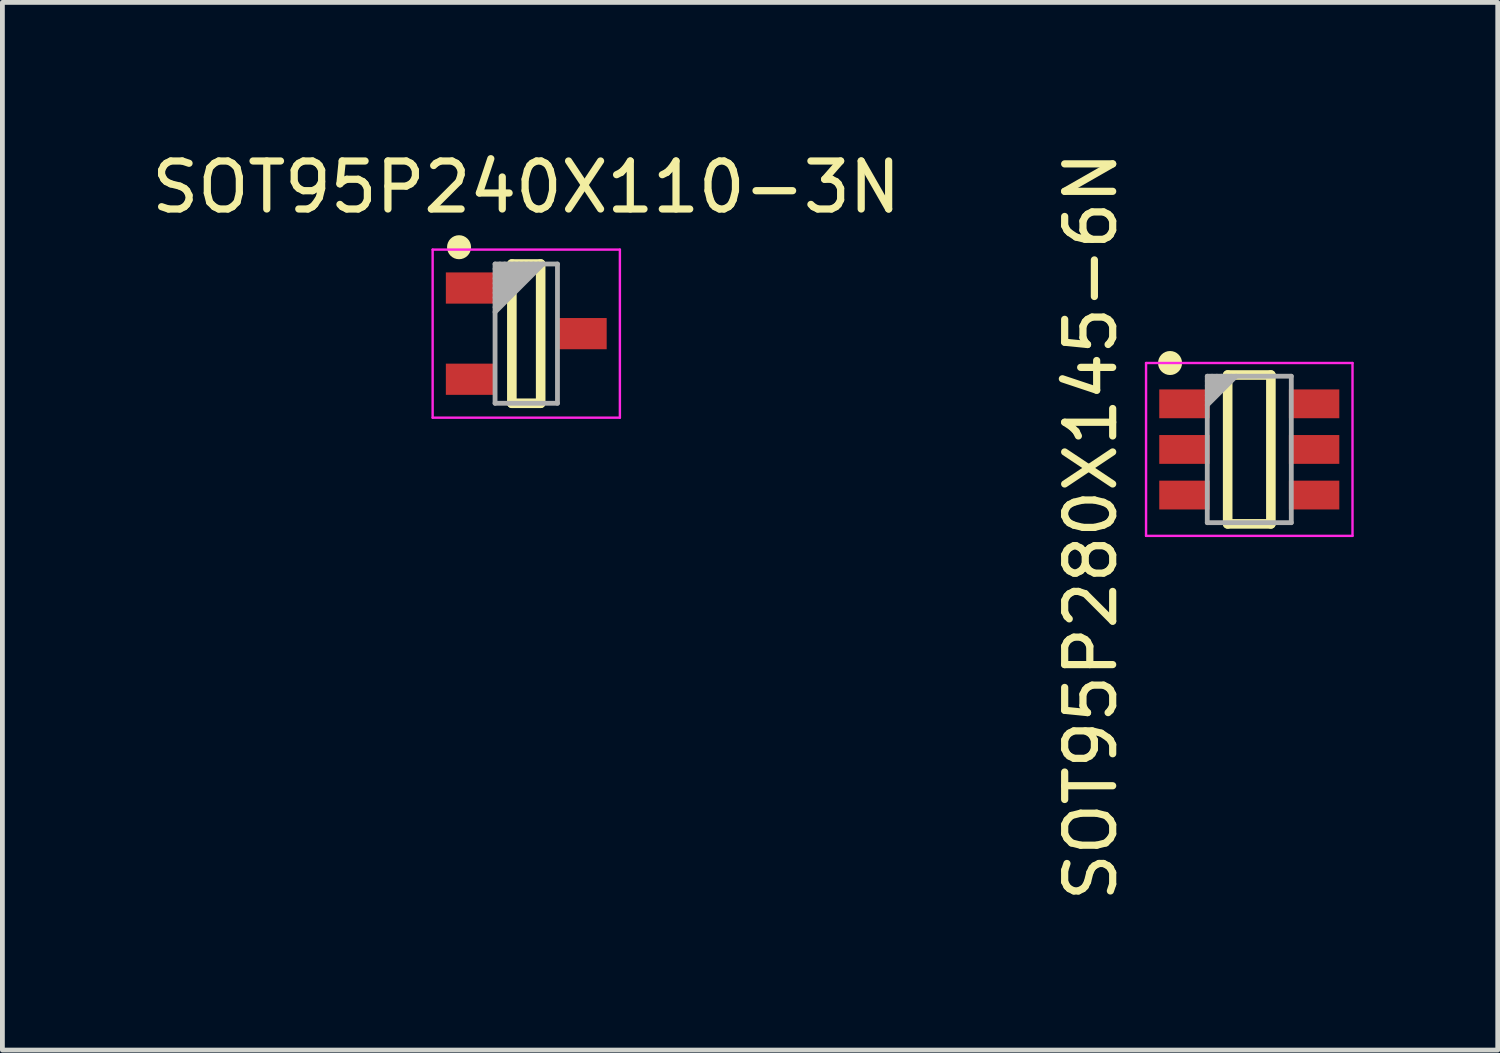
<source format=kicad_pcb>
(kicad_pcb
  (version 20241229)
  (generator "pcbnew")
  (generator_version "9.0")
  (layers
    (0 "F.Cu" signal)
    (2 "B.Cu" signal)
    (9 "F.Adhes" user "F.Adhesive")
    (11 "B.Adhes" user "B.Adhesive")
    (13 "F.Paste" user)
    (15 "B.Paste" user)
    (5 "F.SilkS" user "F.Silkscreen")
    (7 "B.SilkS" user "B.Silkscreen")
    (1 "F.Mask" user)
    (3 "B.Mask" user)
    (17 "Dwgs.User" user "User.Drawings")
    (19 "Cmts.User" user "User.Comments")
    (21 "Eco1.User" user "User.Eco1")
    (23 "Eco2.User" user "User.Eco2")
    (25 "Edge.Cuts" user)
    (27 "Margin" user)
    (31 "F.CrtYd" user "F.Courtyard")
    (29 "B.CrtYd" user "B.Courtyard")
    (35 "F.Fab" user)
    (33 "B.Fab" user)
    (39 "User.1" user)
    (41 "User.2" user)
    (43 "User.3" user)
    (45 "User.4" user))
  (footprint "SOT95P280X145-6N"
    (layer "F.Cu")
    (at 22.97 6.311)
    (property "Reference" "SOT95P280X145-6N" (at -3.3 1.6 270) (layer "F.SilkS") (effects (font (size 1 1) (thickness 0.15))))
    (attr smd)
    (fp_line (start -0.45 -1.55) (end 0.45 -1.55) (stroke (width 0.2) (type solid)) (layer "F.SilkS"))
    (fp_line (start -0.45 1.55) (end -0.45 -1.55) (stroke (width 0.2) (type solid)) (layer "F.SilkS"))
    (fp_line (start -0.45 1.55) (end 0.45 1.55) (stroke (width 0.2) (type solid)) (layer "F.SilkS"))
    (fp_line (start 0.45 1.55) (end 0.45 -1.55) (stroke (width 0.2) (type solid)) (layer "F.SilkS"))
    (fp_circle (center -1.65 -1.8) (end -1.525 -1.8) (stroke (width 0.25) (type solid)) (fill no) (layer "F.SilkS"))
    (fp_line (start -2.15 -1.8) (end 2.15 -1.8) (stroke (width 0.05) (type solid)) (layer "F.CrtYd"))
    (fp_line (start -2.15 1.8) (end -2.15 -1.8) (stroke (width 0.05) (type solid)) (layer "F.CrtYd"))
    (fp_line (start -2.15 1.8) (end 2.15 1.8) (stroke (width 0.05) (type solid)) (layer "F.CrtYd"))
    (fp_line (start 2.15 1.8) (end 2.15 -1.8) (stroke (width 0.05) (type solid)) (layer "F.CrtYd"))
    (fp_line (start -0.875 -1.525) (end 0.875 -1.525) (stroke (width 0.1) (type solid)) (layer "F.Fab"))
    (fp_line (start -0.875 -1.425) (end -0.775 -1.525) (stroke (width 0.1) (type solid)) (layer "F.Fab"))
    (fp_line (start -0.875 -1.325) (end -0.675 -1.525) (stroke (width 0.1) (type solid)) (layer "F.Fab"))
    (fp_line (start -0.875 -1.225) (end -0.575 -1.525) (stroke (width 0.1) (type solid)) (layer "F.Fab"))
    (fp_line (start -0.875 -1.125) (end -0.475 -1.525) (stroke (width 0.1) (type solid)) (layer "F.Fab"))
    (fp_line (start -0.875 -1.025) (end -0.375 -1.525) (stroke (width 0.1) (type solid)) (layer "F.Fab"))
    (fp_line (start -0.875 -0.925) (end -0.275 -1.525) (stroke (width 0.1) (type solid)) (layer "F.Fab"))
    (fp_line (start -0.875 1.525) (end -0.875 -1.525) (stroke (width 0.1) (type solid)) (layer "F.Fab"))
    (fp_line (start -0.875 1.525) (end 0.875 1.525) (stroke (width 0.1) (type solid)) (layer "F.Fab"))
    (fp_line (start 0.875 1.525) (end 0.875 -1.525) (stroke (width 0.1) (type solid)) (layer "F.Fab"))
    (pad "1" smd rect (at -1.35 -0.95 90) (size 0.6 1.05) (layers "F.Cu" "F.Mask" "F.Paste"))
    (pad "2" smd rect (at -1.35 0 90) (size 0.6 1.05) (layers "F.Cu" "F.Mask" "F.Paste"))
    (pad "3" smd rect (at -1.35 0.95 90) (size 0.6 1.05) (layers "F.Cu" "F.Mask" "F.Paste"))
    (pad "4" smd rect (at 1.35 0.95 90) (size 0.6 1.05) (layers "F.Cu" "F.Mask" "F.Paste"))
    (pad "5" smd rect (at 1.35 0 90) (size 0.6 1.05) (layers "F.Cu" "F.Mask" "F.Paste"))
    (pad "6" smd rect (at 1.35 -0.95 90) (size 0.6 1.05) (layers "F.Cu" "F.Mask" "F.Paste")))
  (footprint "SOT95P240X110-3N"
    (layer "F.Cu")
    (at 7.911 3.899)
    (property "Reference" "SOT95P240X110-3N" (at 0 -3.051 0) (layer "F.SilkS") (effects (font (size 1 1) (thickness 0.15))))
    (attr smd)
    (fp_line (start -0.3 -1.45) (end -0.3 1.45) (stroke (width 0.2) (type solid)) (layer "F.SilkS"))
    (fp_line (start 0.3 -1.45) (end -0.3 -1.45) (stroke (width 0.2) (type solid)) (layer "F.SilkS"))
    (fp_line (start 0.3 -1.45) (end 0.3 1.45) (stroke (width 0.2) (type solid)) (layer "F.SilkS"))
    (fp_line (start 0.3 1.45) (end -0.3 1.45) (stroke (width 0.2) (type solid)) (layer "F.SilkS"))
    (fp_circle (center -1.4 -1.8) (end -1.275 -1.8) (stroke (width 0.25) (type solid)) (fill no) (layer "F.SilkS"))
    (fp_line (start -1.95 -1.75) (end -1.95 1.75) (stroke (width 0.05) (type solid)) (layer "F.CrtYd"))
    (fp_line (start 1.95 -1.75) (end -1.95 -1.75) (stroke (width 0.05) (type solid)) (layer "F.CrtYd"))
    (fp_line (start 1.95 -1.75) (end 1.95 1.75) (stroke (width 0.05) (type solid)) (layer "F.CrtYd"))
    (fp_line (start 1.95 1.75) (end -1.95 1.75) (stroke (width 0.05) (type solid)) (layer "F.CrtYd"))
    (fp_line (start -0.65 -1.45) (end -0.65 1.45) (stroke (width 0.1) (type solid)) (layer "F.Fab"))
    (fp_line (start -0.55 -1.45) (end -0.65 -1.35) (stroke (width 0.1) (type solid)) (layer "F.Fab"))
    (fp_line (start -0.45 -1.45) (end -0.65 -1.25) (stroke (width 0.1) (type solid)) (layer "F.Fab"))
    (fp_line (start -0.35 -1.45) (end -0.65 -1.15) (stroke (width 0.1) (type solid)) (layer "F.Fab"))
    (fp_line (start -0.25 -1.45) (end -0.65 -1.05) (stroke (width 0.1) (type solid)) (layer "F.Fab"))
    (fp_line (start -0.15 -1.45) (end -0.65 -0.95) (stroke (width 0.1) (type solid)) (layer "F.Fab"))
    (fp_line (start -0.05 -1.45) (end -0.65 -0.85) (stroke (width 0.1) (type solid)) (layer "F.Fab"))
    (fp_line (start 0.05 -1.45) (end -0.65 -0.75) (stroke (width 0.1) (type solid)) (layer "F.Fab"))
    (fp_line (start 0.15 -1.45) (end -0.65 -0.65) (stroke (width 0.1) (type solid)) (layer "F.Fab"))
    (fp_line (start 0.25 -1.45) (end -0.65 -0.55) (stroke (width 0.1) (type solid)) (layer "F.Fab"))
    (fp_line (start 0.35 -1.45) (end -0.65 -0.45) (stroke (width 0.1) (type solid)) (layer "F.Fab"))
    (fp_line (start 0.65 -1.45) (end -0.65 -1.45) (stroke (width 0.1) (type solid)) (layer "F.Fab"))
    (fp_line (start 0.65 -1.45) (end 0.65 1.45) (stroke (width 0.1) (type solid)) (layer "F.Fab"))
    (fp_line (start 0.65 1.45) (end -0.65 1.45) (stroke (width 0.1) (type solid)) (layer "F.Fab"))
    (pad "1" smd rect (at -1.15 -0.95 180) (size 1.05 0.65) (layers "F.Cu" "F.Mask" "F.Paste"))
    (pad "2" smd rect (at -1.15 0.95 180) (size 1.05 0.65) (layers "F.Cu" "F.Mask" "F.Paste"))
    (pad "3" smd rect (at 1.15 0 180) (size 1.05 0.65) (layers "F.Cu" "F.Mask" "F.Paste")))
  (gr_rect
    (start -3 -3)
    (end 28.145 18.821)
    (stroke (width 0.1) (type default))
    (fill no)
    (layer "Edge.Cuts")))
</source>
